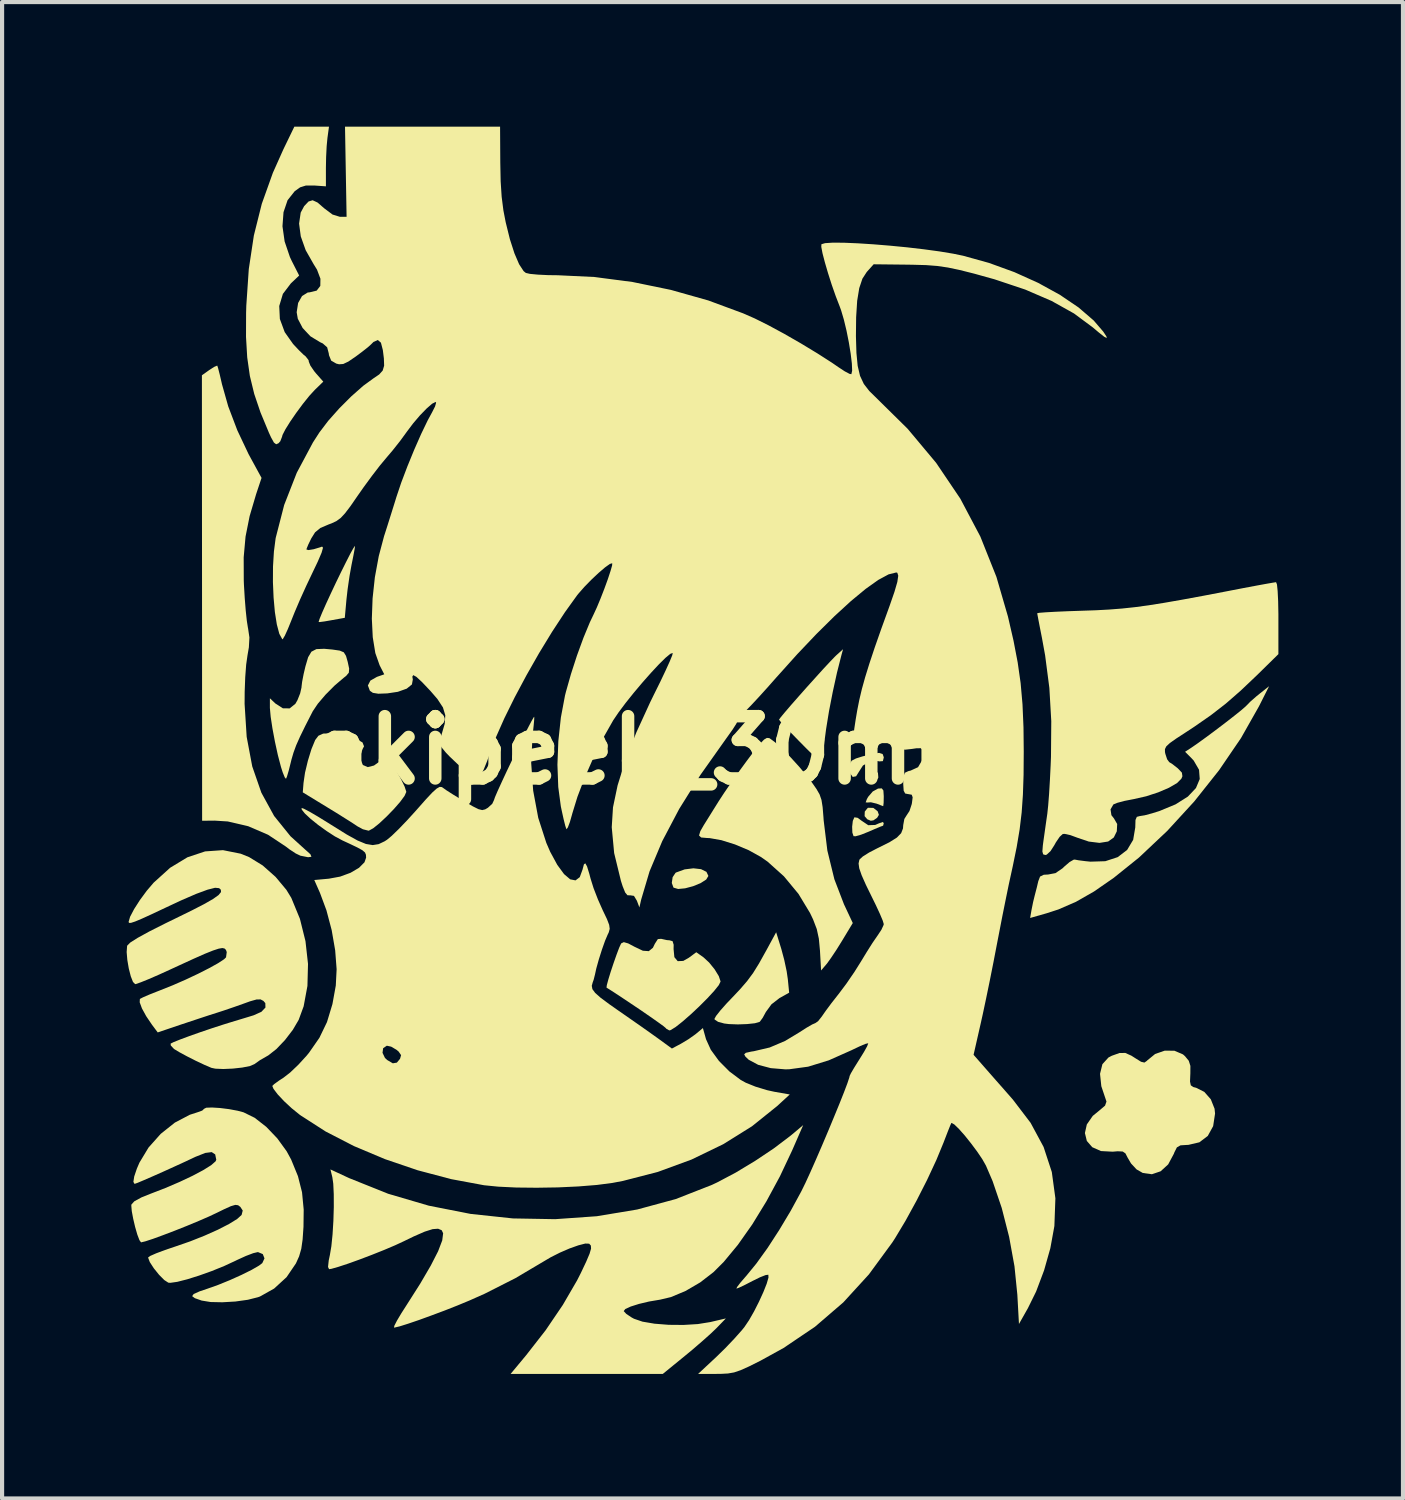
<source format=kicad_pcb>
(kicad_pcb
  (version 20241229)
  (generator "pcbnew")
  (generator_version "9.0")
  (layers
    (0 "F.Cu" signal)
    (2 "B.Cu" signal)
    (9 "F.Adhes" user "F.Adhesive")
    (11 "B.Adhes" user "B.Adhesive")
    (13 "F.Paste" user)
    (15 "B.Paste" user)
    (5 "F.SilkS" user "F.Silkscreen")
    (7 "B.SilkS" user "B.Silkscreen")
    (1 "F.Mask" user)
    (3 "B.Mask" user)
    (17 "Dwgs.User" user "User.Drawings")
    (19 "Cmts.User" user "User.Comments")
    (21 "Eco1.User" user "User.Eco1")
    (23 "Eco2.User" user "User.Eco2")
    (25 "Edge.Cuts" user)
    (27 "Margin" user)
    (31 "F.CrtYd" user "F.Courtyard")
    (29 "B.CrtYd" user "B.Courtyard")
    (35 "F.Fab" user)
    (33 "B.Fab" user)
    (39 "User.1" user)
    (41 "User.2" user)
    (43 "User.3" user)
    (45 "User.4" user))
  (footprint "akipeek_30mm"
    (layer "F.Cu")
    (at 12.717 15.017)
    (property "Reference" "akipeek_30mm" (at 0 0 0) (layer "F.SilkS") (effects (font (size 1.5 1.5) (thickness 0.3))))
    (attr board_only exclude_from_pos_files exclude_from_bom)
    (fp_poly (pts (xy 5.374 0.543) (xy 5.383 0.654) (xy 5.377 0.671) (xy 5.307 0.755) (xy 5.213 0.727) (xy 5.169 0.682) (xy 5.137 0.597) (xy 5.193 0.526) (xy 5.298 0.491)) (stroke (width 0) (type solid)) (fill yes) (layer "F.SilkS"))
    (fp_poly (pts (xy 5.264 1.388) (xy 5.366 1.467) (xy 5.397 1.555) (xy 5.354 1.626) (xy 5.266 1.687) (xy 5.201 1.697) (xy 5.147 1.674) (xy 5.118 1.662) (xy 5.053 1.586) (xy 5.057 1.476) (xy 5.126 1.39) (xy 5.14 1.384)) (stroke (width 0) (type solid)) (fill yes) (layer "F.SilkS"))
    (fp_poly (pts (xy 1.115 2.863) (xy 1.244 2.927) (xy 1.291 3.026) (xy 1.238 3.113) (xy 1.104 3.199) (xy 0.923 3.273) (xy 0.731 3.324) (xy 0.563 3.34) (xy 0.454 3.308) (xy 0.45 3.305) (xy 0.41 3.195) (xy 0.43 3.056) (xy 0.499 2.952) (xy 0.513 2.943) (xy 0.72 2.868) (xy 0.931 2.842)) (stroke (width 0) (type solid)) (fill yes) (layer "F.SilkS"))
    (fp_poly (pts (xy 5.505 0.968) (xy 5.514 1.104) (xy 5.514 1.123) (xy 5.511 1.266) (xy 5.502 1.342) (xy 5.499 1.345) (xy 5.441 1.324) (xy 5.342 1.285) (xy 5.204 1.252) (xy 5.119 1.258) (xy 5.079 1.254) (xy 5.108 1.175) (xy 5.14 1.119) (xy 5.249 0.992) (xy 5.374 0.923) (xy 5.377 0.922) (xy 5.466 0.917)) (stroke (width 0) (type solid)) (fill yes) (layer "F.SilkS"))
    (fp_poly (pts (xy 5.487 0.09) (xy 5.514 0.166) (xy 5.514 0.177) (xy 5.493 0.261) (xy 5.406 0.268) (xy 5.373 0.26) (xy 5.179 0.266) (xy 5.012 0.368) (xy 4.926 0.502) (xy 4.848 0.626) (xy 4.767 0.642) (xy 4.707 0.558) (xy 4.693 0.442) (xy 4.7 0.323) (xy 4.742 0.25) (xy 4.845 0.197) (xy 4.997 0.149) (xy 5.245 0.083) (xy 5.403 0.063)) (stroke (width 0) (type solid)) (fill yes) (layer "F.SilkS"))
    (fp_poly (pts (xy 4.885 1.626) (xy 4.984 1.699) (xy 5.141 1.804) (xy 5.309 1.798) (xy 5.401 1.758) (xy 5.494 1.727) (xy 5.514 1.758) (xy 5.498 1.817) (xy 5.492 1.818) (xy 5.431 1.84) (xy 5.295 1.897) (xy 5.146 1.962) (xy 4.97 2.032) (xy 4.838 2.07) (xy 4.787 2.069) (xy 4.758 1.982) (xy 4.753 1.84) (xy 4.769 1.7) (xy 4.805 1.617) (xy 4.808 1.614)) (stroke (width 0) (type solid)) (fill yes) (layer "F.SilkS"))
    (fp_poly (pts (xy -7.218 -4.917) (xy -7.228 -4.843) (xy -7.257 -4.688) (xy -7.298 -4.484) (xy -7.3 -4.476) (xy -7.35 -4.198) (xy -7.396 -3.88) (xy -7.424 -3.633) (xy -7.464 -3.19) (xy -7.78 -3.133) (xy -7.953 -3.103) (xy -8.067 -3.088) (xy -8.095 -3.089) (xy -8.072 -3.163) (xy -8.01 -3.314) (xy -7.918 -3.522) (xy -7.805 -3.767) (xy -7.681 -4.03) (xy -7.555 -4.29) (xy -7.436 -4.529) (xy -7.335 -4.727) (xy -7.26 -4.863) (xy -7.222 -4.919)) (stroke (width 0) (type solid)) (fill yes) (layer "F.SilkS"))
    (fp_poly (pts (xy 4.494 -2.288) (xy 4.388 -1.87) (xy 4.286 -1.406) (xy 4.195 -0.938) (xy 4.126 -0.513) (xy 4.099 -0.308) (xy 4.068 -0.06) (xy 4.037 0.136) (xy 4.01 0.257) (xy 3.996 0.284) (xy 3.943 0.24) (xy 3.826 0.129) (xy 3.662 -0.032) (xy 3.476 -0.22) (xy 3.287 -0.414) (xy 3.132 -0.577) (xy 3.029 -0.69) (xy 2.992 -0.738) (xy 3.029 -0.79) (xy 3.13 -0.912) (xy 3.279 -1.086) (xy 3.462 -1.294) (xy 3.662 -1.52) (xy 3.865 -1.745) (xy 4.054 -1.954) (xy 4.216 -2.128) (xy 4.333 -2.25) (xy 4.372 -2.288) (xy 4.534 -2.434)) (stroke (width 0) (type solid)) (fill yes) (layer "F.SilkS"))
    (fp_poly (pts (xy 3.048 4.786) (xy 3.118 5.048) (xy 3.176 5.321) (xy 3.204 5.513) (xy 3.236 5.837) (xy 3.005 5.966) (xy 2.81 6.117) (xy 2.676 6.301) (xy 2.599 6.442) (xy 2.533 6.532) (xy 2.522 6.541) (xy 2.411 6.573) (xy 2.223 6.593) (xy 2.001 6.601) (xy 1.784 6.593) (xy 1.672 6.579) (xy 1.525 6.539) (xy 1.443 6.485) (xy 1.437 6.468) (xy 1.476 6.397) (xy 1.58 6.265) (xy 1.73 6.096) (xy 1.823 5.999) (xy 2.05 5.759) (xy 2.223 5.559) (xy 2.368 5.363) (xy 2.51 5.134) (xy 2.675 4.838) (xy 2.689 4.813) (xy 2.923 4.382)) (stroke (width 0) (type solid)) (fill yes) (layer "F.SilkS"))
    (fp_poly (pts (xy -7.555 -0.368) (xy -7.459 -0.348) (xy -7.191 -0.274) (xy -7.038 -0.189) (xy -7.001 -0.095) (xy -7.031 -0.039) (xy -7.081 0.085) (xy -7.087 0.216) (xy -7.029 0.354) (xy -6.911 0.405) (xy -6.761 0.367) (xy -6.654 0.29) (xy -6.548 0.205) (xy -6.472 0.203) (xy -6.42 0.238) (xy -6.329 0.342) (xy -6.219 0.507) (xy -6.11 0.695) (xy -6.026 0.869) (xy -5.985 0.992) (xy -5.984 1.005) (xy -6.025 1.098) (xy -6.132 1.243) (xy -6.284 1.417) (xy -6.458 1.596) (xy -6.631 1.758) (xy -6.78 1.878) (xy -6.882 1.934) (xy -6.894 1.936) (xy -7.028 1.902) (xy -7.156 1.833) (xy -7.263 1.762) (xy -7.444 1.647) (xy -7.672 1.504) (xy -7.888 1.372) (xy -8.476 1.013) (xy -8.458 0.785) (xy -8.422 0.539) (xy -8.353 0.251) (xy -8.267 -0.029) (xy -8.178 -0.245) (xy -8.176 -0.249) (xy -8.099 -0.35) (xy -7.984 -0.402) (xy -7.81 -0.407)) (stroke (width 0) (type solid)) (fill yes) (layer "F.SilkS"))
    (fp_poly (pts (xy -7.763 -2.426) (xy -7.585 -2.4) (xy -7.488 -2.359) (xy -7.435 -2.273) (xy -7.394 -2.129) (xy -7.359 -1.965) (xy -7.367 -1.869) (xy -7.43 -1.793) (xy -7.492 -1.744) (xy -7.708 -1.56) (xy -7.926 -1.341) (xy -8.113 -1.122) (xy -8.238 -0.936) (xy -8.24 -0.931) (xy -8.415 -0.589) (xy -8.543 -0.327) (xy -8.635 -0.12) (xy -8.699 0.055) (xy -8.748 0.222) (xy -8.766 0.296) (xy -8.814 0.488) (xy -8.856 0.63) (xy -8.88 0.687) (xy -8.91 0.653) (xy -8.959 0.533) (xy -9.001 0.401) (xy -9.076 0.116) (xy -9.146 -0.204) (xy -9.206 -0.524) (xy -9.249 -0.807) (xy -9.268 -1.018) (xy -9.268 -1.042) (xy -9.268 -1.252) (xy -9.133 -1.125) (xy -8.954 -1.01) (xy -8.791 -1.009) (xy -8.654 -1.12) (xy -8.605 -1.205) (xy -8.539 -1.371) (xy -8.507 -1.512) (xy -8.506 -1.53) (xy -8.492 -1.647) (xy -8.456 -1.834) (xy -8.412 -2.021) (xy -8.347 -2.241) (xy -8.268 -2.374) (xy -8.149 -2.436) (xy -7.962 -2.444)) (stroke (width 0) (type solid)) (fill yes) (layer "F.SilkS"))
    (fp_poly (pts (xy -10.534 -9.26) (xy -10.514 -9.197) (xy -10.476 -9.049) (xy -10.429 -8.847) (xy -10.423 -8.819) (xy -10.271 -8.281) (xy -10.052 -7.704) (xy -9.782 -7.133) (xy -9.72 -7.019) (xy -9.469 -6.559) (xy -9.599 -6.169) (xy -9.756 -5.638) (xy -9.854 -5.147) (xy -9.899 -4.646) (xy -9.897 -4.09) (xy -9.893 -3.989) (xy -9.874 -3.669) (xy -9.85 -3.367) (xy -9.823 -3.115) (xy -9.796 -2.945) (xy -9.793 -2.933) (xy -9.761 -2.716) (xy -9.774 -2.479) (xy -9.807 -2.288) (xy -9.839 -2.064) (xy -9.862 -1.758) (xy -9.875 -1.408) (xy -9.877 -1.115) (xy -9.827 -0.323) (xy -9.693 0.388) (xy -9.473 1.022) (xy -9.166 1.582) (xy -8.772 2.07) (xy -8.418 2.391) (xy -8.292 2.504) (xy -8.268 2.565) (xy -8.349 2.575) (xy -8.534 2.538) (xy -8.645 2.485) (xy -8.8 2.383) (xy -8.886 2.317) (xy -9.313 2.034) (xy -9.789 1.829) (xy -10.281 1.714) (xy -10.597 1.694) (xy -10.9 1.697) (xy -10.902 -3.667) (xy -10.905 -9.03) (xy -10.728 -9.156) (xy -10.61 -9.232) (xy -10.54 -9.262)) (stroke (width 0) (type solid)) (fill yes) (layer "F.SilkS"))
    (fp_poly (pts (xy 0.292 4.571) (xy 0.355 4.576) (xy 0.429 4.597) (xy 0.455 4.683) (xy 0.453 4.787) (xy 0.472 4.982) (xy 0.552 5.078) (xy 0.686 5.072) (xy 0.82 4.996) (xy 1 4.863) (xy 1.171 4.984) (xy 1.308 5.11) (xy 1.441 5.274) (xy 1.542 5.439) (xy 1.584 5.565) (xy 1.584 5.569) (xy 1.542 5.655) (xy 1.429 5.796) (xy 1.265 5.974) (xy 1.07 6.169) (xy 0.865 6.361) (xy 0.668 6.533) (xy 0.501 6.665) (xy 0.382 6.738) (xy 0.35 6.746) (xy 0.276 6.704) (xy 0.264 6.688) (xy 0.209 6.642) (xy 0.075 6.545) (xy -0.116 6.411) (xy -0.344 6.254) (xy -0.59 6.089) (xy -0.831 5.928) (xy -1.049 5.786) (xy -1.162 5.715) (xy -1.155 5.657) (xy -1.118 5.519) (xy -1.06 5.33) (xy -0.99 5.12) (xy -0.919 4.918) (xy -0.857 4.754) (xy -0.813 4.658) (xy -0.808 4.65) (xy -0.746 4.62) (xy -0.639 4.651) (xy -0.492 4.729) (xy -0.287 4.827) (xy -0.144 4.837) (xy -0.045 4.756) (xy 0.002 4.659) (xy 0.074 4.547) (xy 0.152 4.54)) (stroke (width 0) (type solid)) (fill yes) (layer "F.SilkS"))
    (fp_poly (pts (xy 2.755 -0.293) (xy 2.769 -0.287) (xy 2.896 -0.194) (xy 3.073 -0.032) (xy 3.277 0.176) (xy 3.486 0.406) (xy 3.677 0.635) (xy 3.776 0.764) (xy 3.893 0.931) (xy 3.969 1.063) (xy 4.015 1.197) (xy 4.042 1.368) (xy 4.062 1.613) (xy 4.067 1.686) (xy 4.156 2.415) (xy 4.325 3.106) (xy 4.556 3.708) (xy 4.768 4.16) (xy 4.51 4.587) (xy 4.375 4.804) (xy 4.245 4.999) (xy 4.146 5.137) (xy 4.129 5.157) (xy 4.005 5.302) (xy 3.978 4.823) (xy 3.951 4.536) (xy 3.901 4.305) (xy 3.812 4.072) (xy 3.738 3.917) (xy 3.461 3.459) (xy 3.111 3.036) (xy 2.717 2.682) (xy 2.557 2.57) (xy 2.262 2.406) (xy 1.931 2.267) (xy 1.605 2.165) (xy 1.323 2.115) (xy 1.255 2.112) (xy 1.117 2.1) (xy 1.066 2.052) (xy 1.097 1.948) (xy 1.177 1.808) (xy 1.27 1.659) (xy 1.397 1.455) (xy 1.533 1.237) (xy 1.536 1.232) (xy 1.669 1.028) (xy 1.848 0.766) (xy 2.048 0.484) (xy 2.217 0.253) (xy 2.404 0.004) (xy 2.538 -0.162) (xy 2.632 -0.258) (xy 2.7 -0.298)) (stroke (width 0) (type solid)) (fill yes) (layer "F.SilkS"))
    (fp_poly (pts (xy -7.882 -14.745) (xy -7.901 -14.545) (xy -7.914 -14.285) (xy -7.919 -14.026) (xy -7.919 -13.58) (xy -8.202 -13.6) (xy -8.399 -13.6) (xy -8.54 -13.556) (xy -8.67 -13.463) (xy -8.842 -13.246) (xy -8.94 -12.957) (xy -8.965 -12.618) (xy -8.913 -12.252) (xy -8.786 -11.878) (xy -8.74 -11.78) (xy -8.563 -11.432) (xy -8.762 -11.244) (xy -8.955 -10.99) (xy -9.043 -10.698) (xy -9.028 -10.386) (xy -8.911 -10.069) (xy -8.71 -9.784) (xy -8.573 -9.638) (xy -8.458 -9.526) (xy -8.407 -9.485) (xy -8.337 -9.395) (xy -8.33 -9.355) (xy -8.293 -9.263) (xy -8.202 -9.13) (xy -8.156 -9.074) (xy -7.982 -8.877) (xy -8.187 -8.678) (xy -8.32 -8.533) (xy -8.474 -8.341) (xy -8.633 -8.126) (xy -8.779 -7.914) (xy -8.895 -7.728) (xy -8.964 -7.593) (xy -8.975 -7.55) (xy -9.017 -7.442) (xy -9.061 -7.393) (xy -9.117 -7.369) (xy -9.171 -7.41) (xy -9.24 -7.535) (xy -9.291 -7.646) (xy -9.494 -8.135) (xy -9.645 -8.581) (xy -9.75 -9.013) (xy -9.814 -9.461) (xy -9.843 -9.956) (xy -9.841 -10.528) (xy -9.836 -10.706) (xy -9.776 -11.588) (xy -9.654 -12.396) (xy -9.463 -13.159) (xy -9.196 -13.906) (xy -8.942 -14.474) (xy -8.679 -15.017) (xy -8.262 -15.017) (xy -7.845 -15.017)) (stroke (width 0) (type solid)) (fill yes) (layer "F.SilkS"))
    (fp_poly (pts (xy 12.514 7.235) (xy 12.719 7.323) (xy 12.767 7.365) (xy 12.859 7.477) (xy 12.898 7.6) (xy 12.897 7.784) (xy 12.896 7.803) (xy 12.889 7.977) (xy 12.908 8.068) (xy 12.969 8.11) (xy 13.036 8.127) (xy 13.233 8.226) (xy 13.39 8.405) (xy 13.48 8.631) (xy 13.492 8.748) (xy 13.446 9.051) (xy 13.317 9.286) (xy 13.114 9.44) (xy 12.849 9.502) (xy 12.816 9.503) (xy 12.659 9.513) (xy 12.573 9.562) (xy 12.512 9.683) (xy 12.499 9.718) (xy 12.363 9.972) (xy 12.181 10.138) (xy 11.971 10.209) (xy 11.751 10.178) (xy 11.601 10.092) (xy 11.469 9.95) (xy 11.385 9.807) (xy 11.334 9.707) (xy 11.268 9.662) (xy 11.147 9.656) (xy 11.026 9.666) (xy 10.745 9.651) (xy 10.535 9.558) (xy 10.404 9.407) (xy 10.358 9.217) (xy 10.404 9.01) (xy 10.547 8.804) (xy 10.697 8.681) (xy 10.843 8.557) (xy 10.877 8.459) (xy 10.873 8.447) (xy 10.753 8.089) (xy 10.722 7.791) (xy 10.779 7.559) (xy 10.925 7.398) (xy 11.005 7.356) (xy 11.19 7.29) (xy 11.33 7.288) (xy 11.477 7.354) (xy 11.574 7.416) (xy 11.711 7.501) (xy 11.791 7.52) (xy 11.85 7.479) (xy 11.856 7.471) (xy 12.049 7.313) (xy 12.28 7.233)) (stroke (width 0) (type solid)) (fill yes) (layer "F.SilkS"))
    (fp_poly (pts (xy 14.549 -1.058) (xy 14.116 -0.293) (xy 13.59 0.478) (xy 12.992 1.231) (xy 12.342 1.94) (xy 11.66 2.583) (xy 11.054 3.07) (xy 10.578 3.4) (xy 10.142 3.649) (xy 9.719 3.833) (xy 9.432 3.926) (xy 9.039 4.038) (xy 9.071 3.852) (xy 9.111 3.653) (xy 9.151 3.49) (xy 9.2 3.302) (xy 9.235 3.153) (xy 9.278 3.041) (xy 9.368 2.997) (xy 9.47 2.992) (xy 9.649 2.958) (xy 9.819 2.842) (xy 9.861 2.801) (xy 9.988 2.692) (xy 10.088 2.634) (xy 10.115 2.632) (xy 10.206 2.649) (xy 10.37 2.67) (xy 10.491 2.682) (xy 10.849 2.671) (xy 11.148 2.573) (xy 11.375 2.399) (xy 11.52 2.156) (xy 11.571 1.855) (xy 11.571 1.841) (xy 11.576 1.678) (xy 11.608 1.603) (xy 11.68 1.584) (xy 11.681 1.584) (xy 11.795 1.566) (xy 11.976 1.518) (xy 12.149 1.464) (xy 12.541 1.302) (xy 12.837 1.115) (xy 13.032 0.909) (xy 13.123 0.692) (xy 13.106 0.469) (xy 12.977 0.247) (xy 12.923 0.189) (xy 12.77 0.036) (xy 12.91 -0.055) (xy 13.07 -0.165) (xy 13.276 -0.314) (xy 13.506 -0.485) (xy 13.739 -0.662) (xy 13.951 -0.827) (xy 14.122 -0.964) (xy 14.229 -1.057) (xy 14.249 -1.077) (xy 14.343 -1.173) (xy 14.488 -1.3) (xy 14.562 -1.36) (xy 14.793 -1.543)) (stroke (width 0) (type solid)) (fill yes) (layer "F.SilkS"))
    (fp_poly (pts (xy 14.983 -3.992) (xy 14.999 -3.834) (xy 15.011 -3.592) (xy 15.017 -3.28) (xy 15.017 -3.181) (xy 15.017 -2.315) (xy 14.504 -1.811) (xy 14.109 -1.436) (xy 13.75 -1.123) (xy 13.389 -0.843) (xy 12.989 -0.565) (xy 12.791 -0.435) (xy 12.556 -0.282) (xy 12.404 -0.175) (xy 12.319 -0.096) (xy 12.285 -0.029) (xy 12.286 0.043) (xy 12.295 0.086) (xy 12.338 0.217) (xy 12.388 0.285) (xy 12.388 0.285) (xy 12.468 0.335) (xy 12.586 0.428) (xy 12.595 0.435) (xy 12.693 0.538) (xy 12.706 0.625) (xy 12.681 0.684) (xy 12.576 0.79) (xy 12.381 0.903) (xy 12.124 1.013) (xy 11.833 1.108) (xy 11.533 1.176) (xy 11.527 1.177) (xy 11.312 1.219) (xy 11.139 1.265) (xy 11.044 1.304) (xy 11.043 1.305) (xy 10.975 1.423) (xy 10.996 1.563) (xy 11.058 1.642) (xy 11.135 1.776) (xy 11.126 1.952) (xy 11.054 2.099) (xy 10.918 2.197) (xy 10.709 2.23) (xy 10.451 2.198) (xy 10.181 2.107) (xy 10.007 2.043) (xy 9.87 2.013) (xy 9.824 2.016) (xy 9.75 2.084) (xy 9.658 2.219) (xy 9.622 2.285) (xy 9.53 2.428) (xy 9.438 2.513) (xy 9.406 2.522) (xy 9.353 2.506) (xy 9.334 2.437) (xy 9.345 2.291) (xy 9.355 2.214) (xy 9.388 1.98) (xy 9.427 1.704) (xy 9.453 1.525) (xy 9.473 1.334) (xy 9.495 1.055) (xy 9.515 0.72) (xy 9.533 0.359) (xy 9.541 0.155) (xy 9.548 -0.703) (xy 9.502 -1.501) (xy 9.4 -2.285) (xy 9.323 -2.708) (xy 9.275 -2.951) (xy 9.237 -3.148) (xy 9.214 -3.272) (xy 9.21 -3.301) (xy 9.265 -3.311) (xy 9.42 -3.323) (xy 9.655 -3.336) (xy 9.952 -3.349) (xy 10.28 -3.36) (xy 10.628 -3.372) (xy 10.944 -3.389) (xy 11.249 -3.413) (xy 11.558 -3.446) (xy 11.892 -3.491) (xy 12.268 -3.551) (xy 12.703 -3.627) (xy 13.218 -3.722) (xy 13.828 -3.839) (xy 13.832 -3.84) (xy 14.174 -3.906) (xy 14.477 -3.963) (xy 14.722 -4.008) (xy 14.89 -4.037) (xy 14.961 -4.048)) (stroke (width 0) (type solid)) (fill yes) (layer "F.SilkS"))
    (fp_poly (pts (xy 3.31 9.631) (xy 3.014 10.259) (xy 2.689 10.86) (xy 2.348 11.417) (xy 2.001 11.909) (xy 1.661 12.32) (xy 1.416 12.565) (xy 1.095 12.813) (xy 0.741 13.02) (xy 0.39 13.167) (xy 0.129 13.229) (xy -0.137 13.274) (xy -0.381 13.332) (xy -0.58 13.395) (xy -0.71 13.455) (xy -0.748 13.505) (xy -0.686 13.572) (xy -0.557 13.658) (xy -0.5 13.689) (xy -0.295 13.759) (xy -0.006 13.808) (xy 0.334 13.835) (xy 0.693 13.838) (xy 1.037 13.817) (xy 1.336 13.769) (xy 1.34 13.768) (xy 1.712 13.681) (xy 1.487 13.914) (xy 1.347 14.048) (xy 1.145 14.228) (xy 0.911 14.43) (xy 0.727 14.582) (xy 0.194 15.017) (xy -1.639 15.017) (xy -3.471 15.017) (xy -3.093 14.562) (xy -2.628 13.966) (xy -2.214 13.356) (xy -1.871 12.766) (xy -1.78 12.587) (xy -1.65 12.312) (xy -1.57 12.123) (xy -1.534 12) (xy -1.539 11.926) (xy -1.579 11.882) (xy -1.581 11.881) (xy -1.673 11.878) (xy -1.84 11.921) (xy -2.054 11.997) (xy -2.285 12.097) (xy -2.505 12.208) (xy -2.61 12.27) (xy -3.357 12.712) (xy -4.095 13.086) (xy -4.459 13.248) (xy -4.743 13.366) (xy -5.055 13.489) (xy -5.373 13.608) (xy -5.675 13.718) (xy -5.939 13.808) (xy -6.143 13.872) (xy -6.265 13.901) (xy -6.279 13.903) (xy -6.271 13.857) (xy -6.208 13.734) (xy -6.1 13.553) (xy -5.977 13.361) (xy -5.647 12.842) (xy -5.394 12.409) (xy -5.217 12.063) (xy -5.118 11.803) (xy -5.096 11.63) (xy -5.131 11.557) (xy -5.218 11.521) (xy -5.349 11.531) (xy -5.539 11.591) (xy -5.803 11.706) (xy -6.042 11.822) (xy -6.253 11.92) (xy -6.517 12.032) (xy -6.81 12.149) (xy -7.107 12.262) (xy -7.385 12.362) (xy -7.619 12.439) (xy -7.784 12.486) (xy -7.843 12.495) (xy -7.868 12.441) (xy -7.851 12.285) (xy -7.824 12.157) (xy -7.788 11.944) (xy -7.759 11.658) (xy -7.739 11.333) (xy -7.729 10.999) (xy -7.73 10.69) (xy -7.742 10.436) (xy -7.764 10.282) (xy -7.81 10.093) (xy -7.358 10.303) (xy -6.42 10.679) (xy -5.442 10.966) (xy -4.436 11.164) (xy -3.416 11.273) (xy -2.398 11.291) (xy -1.395 11.22) (xy -0.422 11.058) (xy 0.507 10.806) (xy 1.379 10.464) (xy 1.506 10.404) (xy 1.95 10.169) (xy 2.417 9.887) (xy 2.866 9.587) (xy 3.252 9.295) (xy 3.298 9.258) (xy 3.574 9.026)) (stroke (width 0) (type solid)) (fill yes) (layer "F.SilkS"))
    (fp_poly (pts (xy -10.47 8.614) (xy -10.254 8.641) (xy -10.044 8.68) (xy -9.902 8.718) (xy -9.634 8.85) (xy -9.355 9.068) (xy -9.09 9.345) (xy -8.865 9.655) (xy -8.756 9.855) (xy -8.592 10.256) (xy -8.494 10.643) (xy -8.454 11.06) (xy -8.459 11.477) (xy -8.48 11.78) (xy -8.512 12.004) (xy -8.564 12.185) (xy -8.641 12.356) (xy -8.866 12.687) (xy -9.166 12.962) (xy -9.507 13.153) (xy -9.554 13.17) (xy -9.799 13.232) (xy -10.099 13.274) (xy -10.413 13.292) (xy -10.697 13.286) (xy -10.911 13.251) (xy -11.074 13.194) (xy -11.14 13.145) (xy -11.103 13.093) (xy -10.96 13.029) (xy -10.779 12.968) (xy -10.517 12.875) (xy -10.232 12.759) (xy -9.954 12.634) (xy -9.71 12.513) (xy -9.528 12.408) (xy -9.451 12.349) (xy -9.398 12.235) (xy -9.439 12.132) (xy -9.554 12.084) (xy -9.561 12.084) (xy -9.67 12.11) (xy -9.846 12.177) (xy -10.057 12.273) (xy -10.097 12.293) (xy -10.369 12.419) (xy -10.67 12.541) (xy -10.975 12.65) (xy -11.259 12.739) (xy -11.498 12.8) (xy -11.666 12.824) (xy -11.714 12.82) (xy -11.811 12.757) (xy -11.937 12.63) (xy -12.063 12.474) (xy -12.16 12.324) (xy -12.201 12.216) (xy -12.201 12.214) (xy -12.149 12.176) (xy -12.006 12.113) (xy -11.795 12.034) (xy -11.541 11.948) (xy -11.186 11.825) (xy -10.839 11.687) (xy -10.521 11.545) (xy -10.254 11.408) (xy -10.057 11.287) (xy -9.951 11.191) (xy -9.949 11.188) (xy -9.922 11.083) (xy -9.98 10.995) (xy -10.034 10.955) (xy -10.101 10.947) (xy -10.207 10.978) (xy -10.375 11.054) (xy -10.536 11.133) (xy -10.731 11.225) (xy -10.982 11.334) (xy -11.266 11.452) (xy -11.56 11.569) (xy -11.841 11.676) (xy -12.084 11.765) (xy -12.268 11.825) (xy -12.368 11.849) (xy -12.371 11.849) (xy -12.409 11.797) (xy -12.46 11.663) (xy -12.513 11.479) (xy -12.56 11.279) (xy -12.594 11.097) (xy -12.605 10.965) (xy -12.603 10.939) (xy -12.534 10.862) (xy -12.361 10.767) (xy -12.142 10.679) (xy -11.783 10.54) (xy -11.44 10.393) (xy -11.131 10.247) (xy -10.873 10.11) (xy -10.682 9.991) (xy -10.576 9.898) (xy -10.559 9.861) (xy -10.585 9.731) (xy -10.669 9.676) (xy -10.824 9.696) (xy -11.059 9.789) (xy -11.091 9.804) (xy -11.314 9.909) (xy -11.57 10.026) (xy -11.834 10.146) (xy -12.084 10.257) (xy -12.298 10.35) (xy -12.452 10.415) (xy -12.525 10.441) (xy -12.527 10.442) (xy -12.555 10.393) (xy -12.535 10.263) (xy -12.471 10.073) (xy -12.409 9.929) (xy -12.19 9.566) (xy -11.897 9.237) (xy -11.557 8.966) (xy -11.197 8.777) (xy -11.014 8.718) (xy -10.897 8.676) (xy -10.852 8.633) (xy -10.8 8.607) (xy -10.662 8.602)) (stroke (width 0) (type solid)) (fill yes) (layer "F.SilkS"))
    (fp_poly (pts (xy -9.972 2.49) (xy -9.767 2.573) (xy -9.442 2.773) (xy -9.131 3.049) (xy -8.871 3.36) (xy -8.752 3.555) (xy -8.545 4.058) (xy -8.411 4.596) (xy -8.35 5.144) (xy -8.364 5.675) (xy -8.455 6.165) (xy -8.575 6.492) (xy -8.716 6.732) (xy -8.905 6.978) (xy -9.111 7.194) (xy -9.306 7.347) (xy -9.348 7.371) (xy -9.508 7.463) (xy -9.637 7.555) (xy -9.638 7.556) (xy -9.746 7.603) (xy -9.933 7.64) (xy -10.16 7.665) (xy -10.389 7.675) (xy -10.581 7.667) (xy -10.676 7.647) (xy -10.842 7.576) (xy -11.05 7.478) (xy -11.265 7.369) (xy -11.45 7.269) (xy -11.571 7.196) (xy -11.581 7.188) (xy -11.654 7.109) (xy -11.659 7.064) (xy -11.588 7.028) (xy -11.428 6.964) (xy -11.205 6.881) (xy -10.942 6.788) (xy -10.662 6.693) (xy -10.391 6.605) (xy -10.266 6.566) (xy -10.029 6.494) (xy -9.801 6.425) (xy -9.661 6.382) (xy -9.473 6.298) (xy -9.375 6.195) (xy -9.378 6.089) (xy -9.423 6.036) (xy -9.492 5.999) (xy -9.59 6.001) (xy -9.746 6.045) (xy -9.876 6.092) (xy -10.124 6.18) (xy -10.382 6.268) (xy -10.53 6.316) (xy -10.716 6.375) (xy -10.971 6.459) (xy -11.254 6.553) (xy -11.396 6.6) (xy -11.969 6.794) (xy -12.108 6.608) (xy -12.246 6.404) (xy -12.349 6.216) (xy -12.403 6.069) (xy -12.399 5.989) (xy -12.397 5.987) (xy -12.322 5.948) (xy -12.167 5.881) (xy -11.962 5.8) (xy -11.908 5.779) (xy -11.608 5.659) (xy -11.297 5.523) (xy -10.998 5.382) (xy -10.73 5.246) (xy -10.514 5.126) (xy -10.371 5.032) (xy -10.324 4.986) (xy -10.307 4.859) (xy -10.326 4.807) (xy -10.359 4.774) (xy -10.413 4.762) (xy -10.501 4.777) (xy -10.638 4.822) (xy -10.835 4.901) (xy -11.106 5.021) (xy -11.463 5.185) (xy -11.654 5.273) (xy -11.935 5.401) (xy -12.183 5.509) (xy -12.376 5.587) (xy -12.493 5.628) (xy -12.513 5.631) (xy -12.565 5.578) (xy -12.618 5.442) (xy -12.666 5.254) (xy -12.701 5.049) (xy -12.717 4.859) (xy -12.707 4.718) (xy -12.704 4.704) (xy -12.633 4.632) (xy -12.454 4.518) (xy -12.166 4.36) (xy -11.769 4.16) (xy -11.555 4.056) (xy -11.153 3.859) (xy -10.85 3.703) (xy -10.637 3.581) (xy -10.505 3.487) (xy -10.445 3.414) (xy -10.449 3.358) (xy -10.491 3.32) (xy -10.588 3.311) (xy -10.77 3.357) (xy -11.041 3.457) (xy -11.406 3.615) (xy -11.78 3.79) (xy -12.111 3.946) (xy -12.35 4.055) (xy -12.512 4.123) (xy -12.61 4.155) (xy -12.658 4.157) (xy -12.671 4.135) (xy -12.635 4.01) (xy -12.538 3.825) (xy -12.399 3.608) (xy -12.235 3.385) (xy -12.068 3.189) (xy -11.67 2.829) (xy -11.254 2.577) (xy -10.828 2.435) (xy -10.398 2.405)) (stroke (width 0) (type solid)) (fill yes) (layer "F.SilkS"))
    (fp_poly (pts (xy -2.903 -0.746) (xy -2.916 -0.598) (xy -2.938 -0.393) (xy -2.943 -0.352) (xy -2.976 0.303) (xy -2.928 0.973) (xy -2.806 1.627) (xy -2.612 2.228) (xy -2.518 2.445) (xy -2.347 2.76) (xy -2.184 2.982) (xy -2.036 3.108) (xy -1.908 3.133) (xy -1.806 3.055) (xy -1.738 2.869) (xy -1.737 2.864) (xy -1.706 2.747) (xy -1.673 2.722) (xy -1.631 2.796) (xy -1.576 2.975) (xy -1.546 3.089) (xy -1.474 3.319) (xy -1.368 3.593) (xy -1.253 3.852) (xy -1.151 4.065) (xy -1.098 4.204) (xy -1.085 4.3) (xy -1.108 4.385) (xy -1.134 4.439) (xy -1.197 4.587) (xy -1.273 4.802) (xy -1.348 5.039) (xy -1.408 5.254) (xy -1.439 5.397) (xy -1.472 5.527) (xy -1.494 5.587) (xy -1.517 5.671) (xy -1.502 5.752) (xy -1.435 5.843) (xy -1.304 5.959) (xy -1.097 6.113) (xy -0.869 6.273) (xy -0.597 6.462) (xy -0.322 6.654) (xy -0.079 6.826) (xy 0.075 6.936) (xy 0.413 7.182) (xy 0.629 7.067) (xy 0.814 6.956) (xy 0.983 6.836) (xy 1.002 6.82) (xy 1.159 6.689) (xy 1.234 6.957) (xy 1.349 7.211) (xy 1.545 7.48) (xy 1.794 7.731) (xy 2.067 7.936) (xy 2.191 8.005) (xy 2.426 8.1) (xy 2.702 8.184) (xy 2.874 8.222) (xy 3.251 8.288) (xy 2.945 8.569) (xy 2.341 9.054) (xy 1.648 9.486) (xy 0.886 9.855) (xy 0.074 10.153) (xy -0.767 10.37) (xy -1.025 10.419) (xy -1.394 10.467) (xy -1.842 10.503) (xy -2.336 10.526) (xy -2.844 10.534) (xy -3.333 10.529) (xy -3.77 10.508) (xy -4.111 10.474) (xy -4.907 10.326) (xy -5.711 10.113) (xy -6.498 9.845) (xy -7.244 9.531) (xy -7.925 9.18) (xy -8.515 8.801) (xy -8.549 8.777) (xy -8.742 8.621) (xy -8.926 8.45) (xy -9.08 8.286) (xy -9.181 8.153) (xy -9.21 8.083) (xy -9.164 8.038) (xy -9.048 7.954) (xy -8.94 7.884) (xy -8.778 7.758) (xy -8.582 7.571) (xy -8.386 7.357) (xy -8.327 7.285) (xy -6.556 7.285) (xy -6.497 7.408) (xy -6.444 7.458) (xy -6.308 7.538) (xy -6.21 7.521) (xy -6.134 7.429) (xy -6.109 7.341) (xy -6.168 7.255) (xy -6.218 7.213) (xy -6.347 7.137) (xy -6.452 7.114) (xy -6.541 7.174) (xy -6.556 7.285) (xy -8.327 7.285) (xy -8.324 7.281) (xy -8.076 6.924) (xy -7.893 6.545) (xy -7.762 6.112) (xy -7.681 5.666) (xy -7.661 5.273) (xy -7.696 4.816) (xy -7.78 4.331) (xy -7.906 3.854) (xy -8.062 3.434) (xy -8.199 3.124) (xy -7.848 3.092) (xy -7.576 3.042) (xy -7.326 2.95) (xy -7.122 2.83) (xy -6.99 2.697) (xy -6.951 2.585) (xy -6.955 2.516) (xy -6.977 2.462) (xy -7.038 2.409) (xy -7.156 2.343) (xy -7.35 2.25) (xy -7.521 2.171) (xy -7.702 2.074) (xy -7.903 1.944) (xy -8.105 1.798) (xy -8.286 1.652) (xy -8.425 1.523) (xy -8.501 1.428) (xy -8.505 1.388) (xy -8.448 1.408) (xy -8.311 1.48) (xy -8.111 1.597) (xy -7.868 1.747) (xy -7.747 1.823) (xy -7.414 2.03) (xy -7.156 2.173) (xy -6.955 2.256) (xy -6.792 2.283) (xy -6.649 2.26) (xy -6.506 2.192) (xy -6.447 2.154) (xy -6.333 2.059) (xy -6.165 1.896) (xy -5.964 1.687) (xy -5.752 1.454) (xy -5.723 1.421) (xy -5.509 1.179) (xy -5.356 1.016) (xy -5.25 0.921) (xy -5.179 0.881) (xy -5.128 0.886) (xy -5.107 0.899) (xy -5.016 0.964) (xy -4.853 1.068) (xy -4.65 1.192) (xy -4.59 1.228) (xy -4.381 1.35) (xy -4.245 1.418) (xy -4.155 1.44) (xy -4.084 1.423) (xy -4.018 1.384) (xy -3.913 1.288) (xy -3.872 1.2) (xy -3.848 1.13) (xy -3.783 0.979) (xy -3.686 0.766) (xy -3.568 0.512) (xy -3.436 0.236) (xy -3.301 -0.043) (xy -3.171 -0.306) (xy -3.058 -0.531) (xy -2.969 -0.701) (xy -2.915 -0.795) (xy -2.902 -0.807)) (stroke (width 0) (type solid)) (fill yes) (layer "F.SilkS"))
    (fp_poly (pts (xy -3.72 -14.152) (xy -3.711 -13.701) (xy -3.687 -13.329) (xy -3.645 -13) (xy -3.59 -12.716) (xy -3.489 -12.307) (xy -3.379 -11.966) (xy -3.267 -11.705) (xy -3.159 -11.539) (xy -3.105 -11.495) (xy -3.006 -11.472) (xy -2.818 -11.454) (xy -2.57 -11.442) (xy -2.336 -11.439) (xy -1.458 -11.397) (xy -0.538 -11.277) (xy 0.389 -11.086) (xy 1.289 -10.832) (xy 2.127 -10.522) (xy 2.405 -10.4) (xy 2.73 -10.238) (xy 3.115 -10.03) (xy 3.524 -9.795) (xy 3.92 -9.555) (xy 4.269 -9.331) (xy 4.42 -9.227) (xy 4.575 -9.125) (xy 4.691 -9.064) (xy 4.734 -9.056) (xy 4.753 -9.141) (xy 4.746 -9.313) (xy 4.718 -9.548) (xy 4.674 -9.819) (xy 4.618 -10.101) (xy 4.554 -10.368) (xy 4.487 -10.595) (xy 4.452 -10.691) (xy 4.357 -10.937) (xy 4.261 -11.211) (xy 4.172 -11.49) (xy 4.096 -11.75) (xy 4.039 -11.969) (xy 4.01 -12.122) (xy 4.013 -12.186) (xy 4.102 -12.212) (xy 4.29 -12.224) (xy 4.558 -12.222) (xy 4.889 -12.208) (xy 5.264 -12.184) (xy 5.666 -12.151) (xy 6.078 -12.111) (xy 6.48 -12.064) (xy 6.856 -12.013) (xy 7.187 -11.958) (xy 7.424 -11.909) (xy 8.051 -11.735) (xy 8.659 -11.514) (xy 9.231 -11.256) (xy 9.752 -10.97) (xy 10.204 -10.664) (xy 10.57 -10.349) (xy 10.8 -10.081) (xy 10.875 -9.967) (xy 10.884 -9.925) (xy 10.823 -9.958) (xy 10.685 -10.067) (xy 10.549 -10.182) (xy 10.096 -10.518) (xy 9.556 -10.82) (xy 8.921 -11.094) (xy 8.182 -11.341) (xy 7.69 -11.478) (xy 7.34 -11.566) (xy 7.059 -11.625) (xy 6.806 -11.662) (xy 6.537 -11.683) (xy 6.21 -11.692) (xy 6.082 -11.694) (xy 5.271 -11.703) (xy 5.104 -11.517) (xy 5 -11.356) (xy 4.924 -11.129) (xy 4.874 -10.824) (xy 4.849 -10.428) (xy 4.844 -9.972) (xy 4.856 -9.568) (xy 4.886 -9.257) (xy 4.943 -9.016) (xy 5.034 -8.822) (xy 5.166 -8.651) (xy 5.293 -8.527) (xy 6.089 -7.742) (xy 6.775 -6.922) (xy 7.357 -6.06) (xy 7.84 -5.147) (xy 8.227 -4.176) (xy 8.505 -3.22) (xy 8.639 -2.638) (xy 8.739 -2.116) (xy 8.81 -1.618) (xy 8.855 -1.108) (xy 8.879 -0.551) (xy 8.885 0.029) (xy 8.881 0.592) (xy 8.865 1.071) (xy 8.835 1.498) (xy 8.786 1.907) (xy 8.715 2.33) (xy 8.619 2.8) (xy 8.585 2.955) (xy 8.525 3.23) (xy 8.452 3.586) (xy 8.371 3.988) (xy 8.291 4.401) (xy 8.236 4.685) (xy 8.156 5.101) (xy 8.068 5.544) (xy 7.979 5.976) (xy 7.898 6.357) (xy 7.854 6.555) (xy 7.677 7.333) (xy 8.018 7.722) (xy 8.216 7.948) (xy 8.425 8.185) (xy 8.603 8.388) (xy 8.623 8.411) (xy 9.05 8.971) (xy 9.363 9.552) (xy 9.561 10.156) (xy 9.647 10.788) (xy 9.623 11.451) (xy 9.619 11.478) (xy 9.526 11.989) (xy 9.375 12.523) (xy 9.183 13.033) (xy 8.986 13.433) (xy 8.77 13.815) (xy 8.731 13.111) (xy 8.662 12.426) (xy 8.533 11.717) (xy 8.355 11.021) (xy 8.136 10.377) (xy 7.975 10.002) (xy 7.888 9.848) (xy 7.763 9.663) (xy 7.616 9.466) (xy 7.465 9.277) (xy 7.325 9.119) (xy 7.214 9.011) (xy 7.148 8.973) (xy 7.141 8.977) (xy 7.112 9.041) (xy 7.054 9.187) (xy 6.977 9.386) (xy 6.955 9.444) (xy 6.78 9.868) (xy 6.556 10.349) (xy 6.302 10.848) (xy 6.039 11.328) (xy 5.786 11.75) (xy 5.722 11.849) (xy 5.156 12.621) (xy 4.54 13.295) (xy 3.859 13.881) (xy 3.101 14.393) (xy 2.542 14.701) (xy 2.27 14.837) (xy 2.07 14.927) (xy 1.911 14.981) (xy 1.763 15.007) (xy 1.592 15.016) (xy 1.482 15.017) (xy 1.044 15.017) (xy 1.48 14.61) (xy 1.701 14.394) (xy 1.92 14.164) (xy 2.102 13.959) (xy 2.159 13.888) (xy 2.271 13.722) (xy 2.392 13.51) (xy 2.51 13.277) (xy 2.615 13.047) (xy 2.695 12.846) (xy 2.738 12.697) (xy 2.735 12.629) (xy 2.67 12.637) (xy 2.533 12.691) (xy 2.354 12.779) (xy 2.172 12.873) (xy 2.033 12.939) (xy 1.966 12.964) (xy 1.982 12.925) (xy 2.061 12.821) (xy 2.187 12.675) (xy 2.204 12.656) (xy 2.445 12.361) (xy 2.716 11.985) (xy 2.997 11.552) (xy 3.274 11.089) (xy 3.528 10.622) (xy 3.537 10.604) (xy 3.629 10.416) (xy 3.746 10.161) (xy 3.881 9.856) (xy 4.026 9.521) (xy 4.174 9.172) (xy 4.316 8.83) (xy 4.447 8.511) (xy 4.557 8.234) (xy 4.639 8.017) (xy 4.685 7.878) (xy 4.693 7.841) (xy 4.723 7.778) (xy 4.801 7.645) (xy 4.912 7.467) (xy 4.928 7.442) (xy 5.038 7.264) (xy 5.114 7.127) (xy 5.14 7.058) (xy 5.139 7.055) (xy 5.079 7.068) (xy 4.944 7.124) (xy 4.761 7.211) (xy 4.743 7.22) (xy 4.19 7.466) (xy 3.693 7.619) (xy 3.238 7.681) (xy 3.143 7.683) (xy 2.793 7.654) (xy 2.49 7.574) (xy 2.262 7.452) (xy 2.184 7.378) (xy 2.153 7.322) (xy 2.193 7.285) (xy 2.322 7.256) (xy 2.387 7.246) (xy 2.767 7.157) (xy 3.134 7.001) (xy 3.475 6.796) (xy 3.651 6.683) (xy 3.791 6.602) (xy 3.865 6.57) (xy 3.866 6.57) (xy 3.931 6.525) (xy 4.018 6.416) (xy 4.028 6.402) (xy 4.117 6.274) (xy 4.253 6.091) (xy 4.409 5.892) (xy 4.429 5.867) (xy 4.612 5.623) (xy 4.808 5.337) (xy 4.968 5.082) (xy 5.106 4.855) (xy 5.242 4.64) (xy 5.352 4.48) (xy 5.364 4.463) (xy 5.458 4.321) (xy 5.51 4.207) (xy 5.514 4.184) (xy 5.489 4.1) (xy 5.421 3.939) (xy 5.322 3.725) (xy 5.242 3.562) (xy 5.086 3.244) (xy 4.982 3.01) (xy 4.924 2.843) (xy 4.908 2.726) (xy 4.926 2.641) (xy 4.934 2.626) (xy 5.01 2.557) (xy 5.163 2.461) (xy 5.36 2.359) (xy 5.381 2.349) (xy 5.652 2.214) (xy 5.83 2.102) (xy 5.933 1.996) (xy 5.977 1.882) (xy 5.983 1.801) (xy 6.01 1.654) (xy 6.068 1.561) (xy 6.133 1.463) (xy 6.185 1.306) (xy 6.192 1.276) (xy 6.21 1.132) (xy 6.187 1.07) (xy 6.111 1.056) (xy 6.107 1.056) (xy 6.03 1.041) (xy 5.994 0.974) (xy 5.984 0.827) (xy 5.983 0.79) (xy 5.99 0.625) (xy 6.023 0.541) (xy 6.106 0.502) (xy 6.161 0.489) (xy 6.34 0.407) (xy 6.434 0.246) (xy 6.453 0.085) (xy 6.446 -0.01) (xy 6.405 -0.05) (xy 6.298 -0.048) (xy 6.189 -0.032) (xy 6.026 -0.014) (xy 5.948 -0.027) (xy 5.925 -0.082) (xy 5.925 -0.105) (xy 5.876 -0.265) (xy 5.737 -0.365) (xy 5.52 -0.4) (xy 5.238 -0.368) (xy 5.083 -0.328) (xy 4.92 -0.288) (xy 4.81 -0.277) (xy 4.786 -0.285) (xy 4.786 -0.356) (xy 4.804 -0.516) (xy 4.838 -0.741) (xy 4.875 -0.96) (xy 4.925 -1.213) (xy 4.987 -1.474) (xy 5.066 -1.759) (xy 5.167 -2.085) (xy 5.295 -2.47) (xy 5.456 -2.929) (xy 5.656 -3.481) (xy 5.656 -3.481) (xy 5.772 -3.816) (xy 5.841 -4.054) (xy 5.863 -4.204) (xy 5.841 -4.274) (xy 5.815 -4.282) (xy 5.63 -4.236) (xy 5.382 -4.102) (xy 5.077 -3.885) (xy 4.723 -3.592) (xy 4.327 -3.229) (xy 3.894 -2.801) (xy 3.432 -2.315) (xy 2.948 -1.776) (xy 2.933 -1.76) (xy 2.723 -1.522) (xy 2.516 -1.293) (xy 2.338 -1.102) (xy 2.22 -0.98) (xy 2.094 -0.847) (xy 2.012 -0.743) (xy 1.994 -0.704) (xy 1.961 -0.635) (xy 1.874 -0.499) (xy 1.748 -0.322) (xy 1.71 -0.269) (xy 1.099 0.594) (xy 0.588 1.413) (xy 0.18 2.188) (xy -0.125 2.914) (xy -0.326 3.591) (xy -0.33 3.608) (xy -0.37 3.784) (xy -0.431 3.622) (xy -0.501 3.506) (xy -0.593 3.492) (xy -0.595 3.493) (xy -0.657 3.491) (xy -0.712 3.426) (xy -0.772 3.278) (xy -0.814 3.148) (xy -0.978 2.475) (xy -1.036 1.853) (xy -1.006 1.374) (xy -0.895 0.845) (xy -0.707 0.241) (xy -0.444 -0.429) (xy -0.111 -1.156) (xy -0.018 -1.346) (xy 0.134 -1.653) (xy 0.262 -1.923) (xy 0.36 -2.139) (xy 0.42 -2.285) (xy 0.433 -2.343) (xy 0.375 -2.323) (xy 0.259 -2.227) (xy 0.099 -2.069) (xy -0.091 -1.865) (xy -0.297 -1.632) (xy -0.506 -1.384) (xy -0.703 -1.138) (xy -0.874 -0.909) (xy -1.006 -0.714) (xy -1.008 -0.709) (xy -1.243 -0.295) (xy -1.474 0.172) (xy -1.686 0.657) (xy -1.862 1.12) (xy -1.987 1.526) (xy -1.988 1.532) (xy -2.043 1.725) (xy -2.092 1.856) (xy -2.125 1.901) (xy -2.128 1.898) (xy -2.155 1.819) (xy -2.196 1.655) (xy -2.244 1.436) (xy -2.262 1.35) (xy -2.324 0.885) (xy -2.344 0.348) (xy -2.322 -0.222) (xy -2.261 -0.79) (xy -2.162 -1.317) (xy -2.14 -1.405) (xy -2.018 -1.836) (xy -1.873 -2.283) (xy -1.717 -2.71) (xy -1.563 -3.082) (xy -1.471 -3.275) (xy -1.394 -3.442) (xy -1.305 -3.656) (xy -1.214 -3.89) (xy -1.131 -4.118) (xy -1.066 -4.315) (xy -1.027 -4.452) (xy -1.024 -4.504) (xy -1.082 -4.487) (xy -1.2 -4.402) (xy -1.355 -4.269) (xy -1.527 -4.107) (xy -1.695 -3.935) (xy -1.838 -3.772) (xy -1.871 -3.731) (xy -2.163 -3.325) (xy -2.472 -2.854) (xy -2.785 -2.341) (xy -3.089 -1.807) (xy -3.372 -1.277) (xy -3.621 -0.773) (xy -3.823 -0.318) (xy -3.954 0.029) (xy -4.037 0.261) (xy -4.117 0.459) (xy -4.181 0.589) (xy -4.193 0.609) (xy -4.245 0.664) (xy -4.301 0.672) (xy -4.39 0.624) (xy -4.538 0.51) (xy -4.562 0.491) (xy -4.754 0.327) (xy -4.939 0.151) (xy -5.031 0.055) (xy -5.14 -0.078) (xy -5.182 -0.173) (xy -5.167 -0.281) (xy -5.132 -0.385) (xy -5.058 -0.638) (xy -5.044 -0.843) (xy -5.101 -1.032) (xy -5.235 -1.236) (xy -5.402 -1.429) (xy -5.604 -1.642) (xy -5.74 -1.768) (xy -5.816 -1.81) (xy -5.838 -1.772) (xy -5.826 -1.706) (xy -5.848 -1.585) (xy -5.973 -1.484) (xy -6.187 -1.408) (xy -6.44 -1.37) (xy -6.657 -1.362) (xy -6.788 -1.383) (xy -6.86 -1.433) (xy -6.908 -1.561) (xy -6.848 -1.678) (xy -6.69 -1.768) (xy -6.514 -1.829) (xy -6.626 -2.048) (xy -6.729 -2.341) (xy -6.791 -2.722) (xy -6.813 -3.168) (xy -6.795 -3.657) (xy -6.74 -4.167) (xy -6.646 -4.676) (xy -6.517 -5.162) (xy -6.507 -5.191) (xy -6.437 -5.41) (xy -6.348 -5.693) (xy -6.255 -5.99) (xy -6.221 -6.101) (xy -6.105 -6.446) (xy -5.957 -6.836) (xy -5.792 -7.239) (xy -5.624 -7.62) (xy -5.466 -7.948) (xy -5.363 -8.137) (xy -5.291 -8.279) (xy -5.265 -8.371) (xy -5.277 -8.388) (xy -5.362 -8.345) (xy -5.495 -8.229) (xy -5.655 -8.064) (xy -5.82 -7.87) (xy -5.97 -7.671) (xy -5.985 -7.65) (xy -6.131 -7.45) (xy -6.314 -7.219) (xy -6.467 -7.039) (xy -6.62 -6.855) (xy -6.81 -6.608) (xy -7.011 -6.334) (xy -7.154 -6.13) (xy -7.328 -5.878) (xy -7.459 -5.706) (xy -7.566 -5.592) (xy -7.668 -5.518) (xy -7.786 -5.463) (xy -7.854 -5.438) (xy -8.053 -5.353) (xy -8.18 -5.248) (xy -8.271 -5.103) (xy -8.343 -4.955) (xy -8.384 -4.854) (xy -8.388 -4.835) (xy -8.339 -4.821) (xy -8.215 -4.841) (xy -8.051 -4.89) (xy -8.011 -4.905) (xy -7.989 -4.878) (xy -8.023 -4.758) (xy -8.116 -4.541) (xy -8.24 -4.281) (xy -8.389 -3.967) (xy -8.54 -3.634) (xy -8.672 -3.325) (xy -8.75 -3.13) (xy -8.836 -2.918) (xy -8.908 -2.76) (xy -8.957 -2.678) (xy -8.969 -2.673) (xy -9.041 -2.805) (xy -9.101 -3.031) (xy -9.148 -3.329) (xy -9.179 -3.676) (xy -9.195 -4.05) (xy -9.193 -4.427) (xy -9.171 -4.786) (xy -9.13 -5.104) (xy -9.126 -5.122) (xy -8.924 -5.907) (xy -8.621 -6.682) (xy -8.231 -7.413) (xy -8.075 -7.655) (xy -7.863 -7.934) (xy -7.597 -8.233) (xy -7.306 -8.524) (xy -7.022 -8.775) (xy -6.783 -8.95) (xy -6.636 -9.05) (xy -6.552 -9.143) (xy -6.517 -9.261) (xy -6.523 -9.436) (xy -6.548 -9.637) (xy -6.594 -9.815) (xy -6.669 -9.88) (xy -6.774 -9.832) (xy -6.834 -9.772) (xy -6.91 -9.704) (xy -7.05 -9.594) (xy -7.2 -9.482) (xy -7.379 -9.36) (xy -7.502 -9.302) (xy -7.602 -9.295) (xy -7.67 -9.312) (xy -7.792 -9.383) (xy -7.845 -9.514) (xy -7.85 -9.556) (xy -7.889 -9.704) (xy -7.995 -9.797) (xy -8.061 -9.828) (xy -8.292 -9.969) (xy -8.479 -10.168) (xy -8.596 -10.392) (xy -8.623 -10.548) (xy -8.588 -10.772) (xy -8.494 -10.938) (xy -8.358 -11.023) (xy -8.309 -11.028) (xy -8.141 -11.069) (xy -8.054 -11.182) (xy -8.051 -11.355) (xy -8.133 -11.573) (xy -8.215 -11.706) (xy -8.406 -12.042) (xy -8.524 -12.374) (xy -8.565 -12.683) (xy -8.526 -12.948) (xy -8.443 -13.103) (xy -8.337 -13.215) (xy -8.239 -13.245) (xy -8.122 -13.191) (xy -7.961 -13.052) (xy -7.76 -12.901) (xy -7.585 -12.847) (xy -7.582 -12.847) (xy -7.421 -12.847) (xy -7.44 -13.932) (xy -7.459 -15.017) (xy -5.592 -15.017) (xy -3.725 -15.017)) (stroke (width 0) (type solid)) (fill yes) (layer "F.SilkS")))
  (gr_rect
    (start -3 -3)
    (end 30.734 33.034)
    (stroke (width 0.1) (type default))
    (fill no)
    (layer "Edge.Cuts")))
</source>
